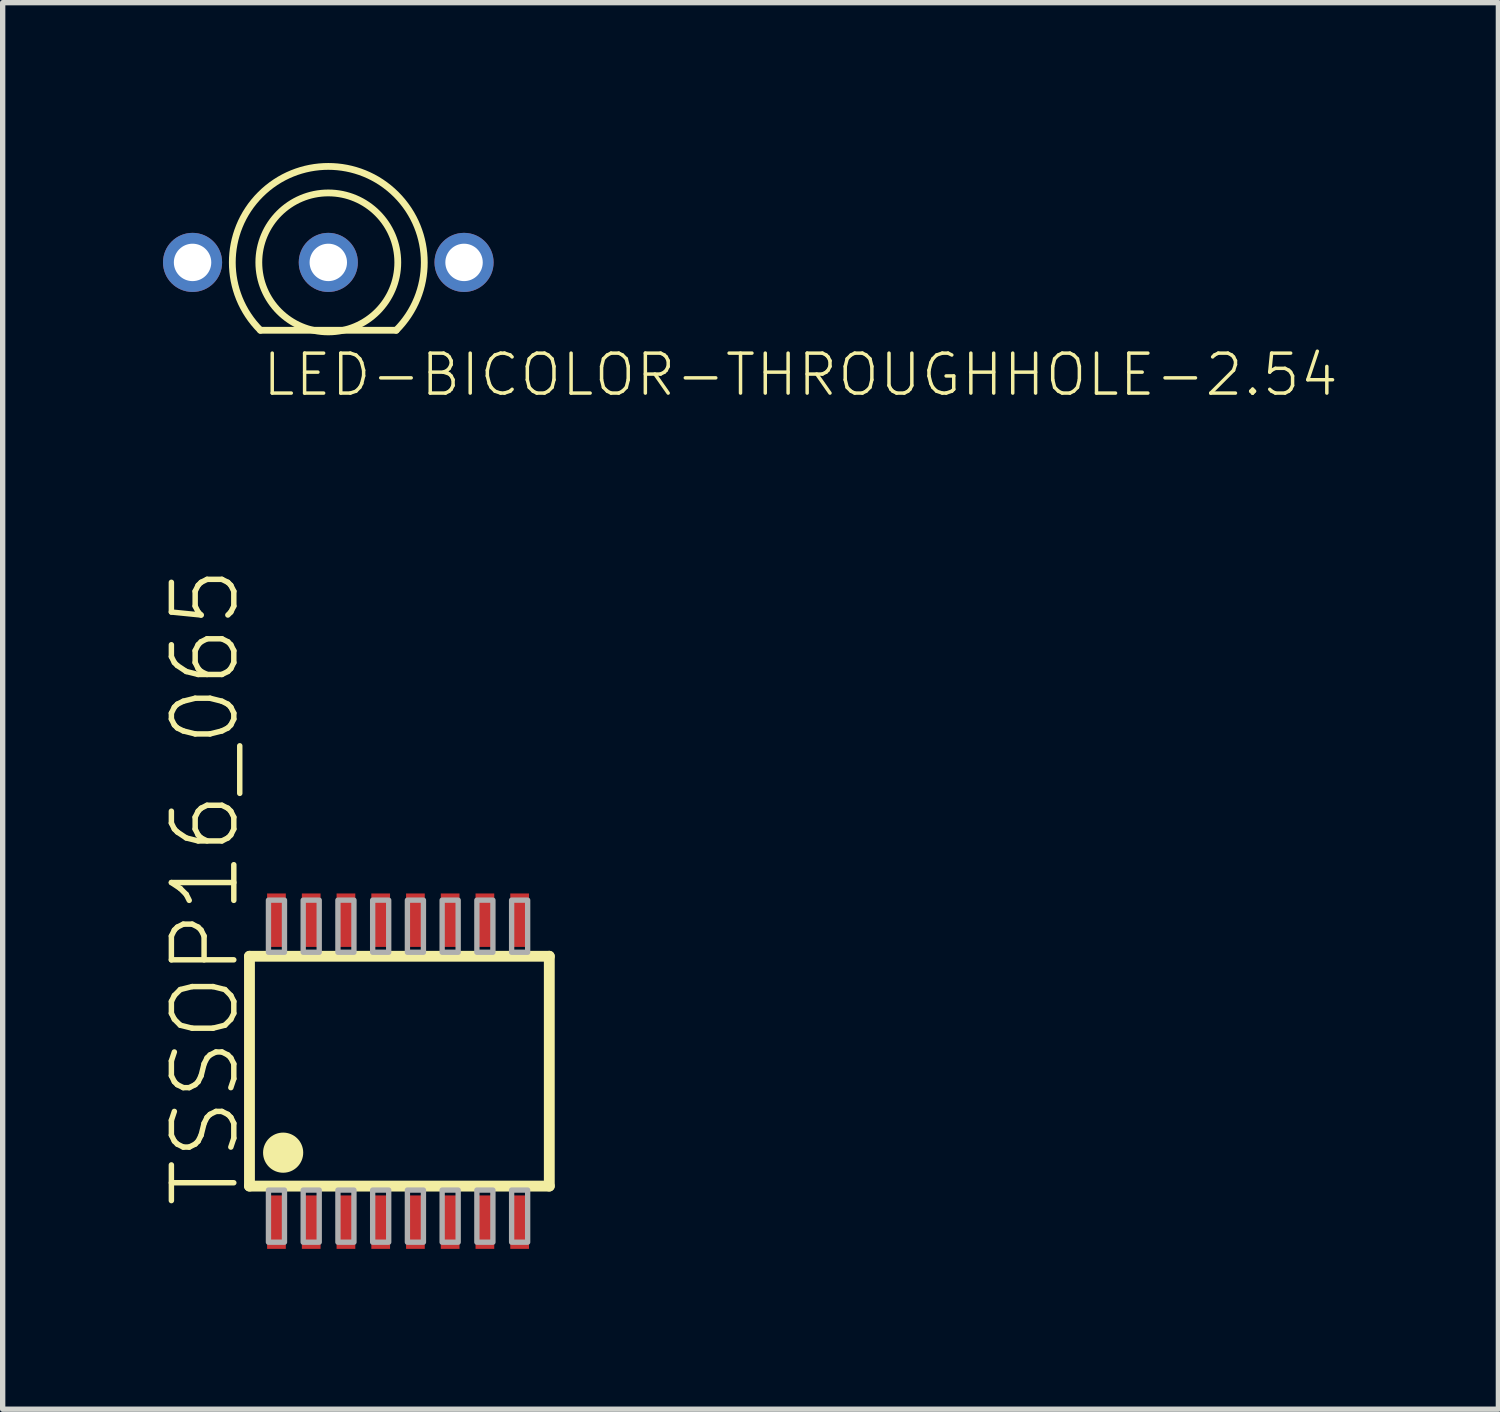
<source format=kicad_pcb>
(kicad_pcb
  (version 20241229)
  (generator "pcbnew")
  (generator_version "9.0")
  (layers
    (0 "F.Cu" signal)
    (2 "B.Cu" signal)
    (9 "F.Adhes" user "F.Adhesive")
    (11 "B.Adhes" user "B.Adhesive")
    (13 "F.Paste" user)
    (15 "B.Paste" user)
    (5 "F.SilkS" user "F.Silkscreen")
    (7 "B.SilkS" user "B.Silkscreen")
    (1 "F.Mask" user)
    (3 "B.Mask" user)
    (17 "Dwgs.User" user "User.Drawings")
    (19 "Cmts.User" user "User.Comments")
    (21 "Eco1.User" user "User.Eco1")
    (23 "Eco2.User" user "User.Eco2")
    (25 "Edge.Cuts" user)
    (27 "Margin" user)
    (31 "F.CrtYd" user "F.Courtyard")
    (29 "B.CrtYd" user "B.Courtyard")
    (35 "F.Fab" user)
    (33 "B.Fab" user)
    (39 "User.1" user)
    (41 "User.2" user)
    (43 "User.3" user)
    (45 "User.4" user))
  (footprint "LED-BICOLOR-THROUGHHOLE-2.54"
    (layer "F.Cu")
    (at 3.093 1.86)
    (property "Reference" "LED-BICOLOR-THROUGHHOLE-2.54" (at -1.27 2.54 0) (layer "F.SilkS") (effects (font (size 0.748 0.748) (thickness 0.065)) (justify left bottom)))
    (fp_line (start -1.27 1.27) (end 1.27 1.27) (stroke (width 0.127) (type solid)) (layer "F.SilkS"))
    (fp_arc (start -1.27 1.27) (mid 0 -1.796051) (end 1.27 1.27) (stroke (width 0.127) (type solid)) (layer "F.SilkS"))
    (fp_circle (center 0 0) (end 1.3 0) (stroke (width 0.127) (type solid)) (fill no) (layer "F.SilkS"))
    (pad "1" thru_hole circle (at -2.54 0) (size 1.106 1.106) (drill 0.7) (layers "*.Cu" "*.Mask"))
    (pad "2" thru_hole circle (at 0 0) (size 1.106 1.106) (drill 0.7) (layers "*.Cu" "*.Mask"))
    (pad "3" thru_hole circle (at 2.54 0) (size 1.106 1.106) (drill 0.7) (layers "*.Cu" "*.Mask")))
  (footprint "TSSOP16_065"
    (layer "F.Cu")
    (at 4.073 16.993)
    (property "Reference" "TSSOP16_065" (at -2.6 2.6 90) (layer "F.SilkS") (effects (font (size 1.168 1.168) (thickness 0.102)) (justify left bottom)))
    (fp_line (start -2.455 -2.15) (end 3.155 -2.15) (stroke (width 0.203) (type solid)) (layer "F.SilkS"))
    (fp_line (start -2.455 2.15) (end -2.455 -2.15) (stroke (width 0.203) (type solid)) (layer "F.SilkS"))
    (fp_line (start 3.155 -2.15) (end 3.155 2.15) (stroke (width 0.203) (type solid)) (layer "F.SilkS"))
    (fp_line (start 3.155 2.15) (end -2.455 2.15) (stroke (width 0.203) (type solid)) (layer "F.SilkS"))
    (fp_circle (center -1.825 1.525) (end -1.637 1.525) (stroke (width 0.375) (type solid)) (fill yes) (layer "F.SilkS"))
    (fp_poly (pts (xy -2.1 3.2) (xy -1.8 3.2) (xy -1.8 2.225) (xy -2.1 2.225)) (stroke (width 0.1) (type solid)) (fill no) (layer "F.Fab"))
    (fp_poly (pts (xy -1.8 -3.2) (xy -2.1 -3.2) (xy -2.1 -2.225) (xy -1.8 -2.225)) (stroke (width 0.1) (type solid)) (fill no) (layer "F.Fab"))
    (fp_poly (pts (xy -1.45 3.2) (xy -1.15 3.2) (xy -1.15 2.225) (xy -1.45 2.225)) (stroke (width 0.1) (type solid)) (fill no) (layer "F.Fab"))
    (fp_poly (pts (xy -1.15 -3.2) (xy -1.45 -3.2) (xy -1.45 -2.225) (xy -1.15 -2.225)) (stroke (width 0.1) (type solid)) (fill no) (layer "F.Fab"))
    (fp_poly (pts (xy -0.8 3.2) (xy -0.5 3.2) (xy -0.5 2.225) (xy -0.8 2.225)) (stroke (width 0.1) (type solid)) (fill no) (layer "F.Fab"))
    (fp_poly (pts (xy -0.5 -3.2) (xy -0.8 -3.2) (xy -0.8 -2.225) (xy -0.5 -2.225)) (stroke (width 0.1) (type solid)) (fill no) (layer "F.Fab"))
    (fp_poly (pts (xy -0.15 3.2) (xy 0.15 3.2) (xy 0.15 2.225) (xy -0.15 2.225)) (stroke (width 0.1) (type solid)) (fill no) (layer "F.Fab"))
    (fp_poly (pts (xy 0.15 -3.2) (xy -0.15 -3.2) (xy -0.15 -2.225) (xy 0.15 -2.225)) (stroke (width 0.1) (type solid)) (fill no) (layer "F.Fab"))
    (fp_poly (pts (xy 0.5 3.2) (xy 0.8 3.2) (xy 0.8 2.225) (xy 0.5 2.225)) (stroke (width 0.1) (type solid)) (fill no) (layer "F.Fab"))
    (fp_poly (pts (xy 0.8 -3.2) (xy 0.5 -3.2) (xy 0.5 -2.225) (xy 0.8 -2.225)) (stroke (width 0.1) (type solid)) (fill no) (layer "F.Fab"))
    (fp_poly (pts (xy 1.15 3.2) (xy 1.45 3.2) (xy 1.45 2.225) (xy 1.15 2.225)) (stroke (width 0.1) (type solid)) (fill no) (layer "F.Fab"))
    (fp_poly (pts (xy 1.45 -3.2) (xy 1.15 -3.2) (xy 1.15 -2.225) (xy 1.45 -2.225)) (stroke (width 0.1) (type solid)) (fill no) (layer "F.Fab"))
    (fp_poly (pts (xy 1.8 3.2) (xy 2.1 3.2) (xy 2.1 2.225) (xy 1.8 2.225)) (stroke (width 0.1) (type solid)) (fill no) (layer "F.Fab"))
    (fp_poly (pts (xy 2.1 -3.2) (xy 1.8 -3.2) (xy 1.8 -2.225) (xy 2.1 -2.225)) (stroke (width 0.1) (type solid)) (fill no) (layer "F.Fab"))
    (fp_poly (pts (xy 2.45 3.2) (xy 2.75 3.2) (xy 2.75 2.225) (xy 2.45 2.225)) (stroke (width 0.1) (type solid)) (fill no) (layer "F.Fab"))
    (fp_poly (pts (xy 2.75 -3.2) (xy 2.45 -3.2) (xy 2.45 -2.225) (xy 2.75 -2.225)) (stroke (width 0.1) (type solid)) (fill no) (layer "F.Fab"))
    (pad "1" smd rect (at -1.95 2.825) (size 0.35 1) (layers "F.Cu" "F.Mask" "F.Paste"))
    (pad "2" smd rect (at -1.3 2.825) (size 0.35 1) (layers "F.Cu" "F.Mask" "F.Paste"))
    (pad "3" smd rect (at -0.65 2.825) (size 0.35 1) (layers "F.Cu" "F.Mask" "F.Paste"))
    (pad "4" smd rect (at 0 2.825) (size 0.35 1) (layers "F.Cu" "F.Mask" "F.Paste"))
    (pad "5" smd rect (at 0.65 2.825) (size 0.35 1) (layers "F.Cu" "F.Mask" "F.Paste"))
    (pad "6" smd rect (at 1.3 2.825) (size 0.35 1) (layers "F.Cu" "F.Mask" "F.Paste"))
    (pad "7" smd rect (at 1.95 2.825) (size 0.35 1) (layers "F.Cu" "F.Mask" "F.Paste"))
    (pad "8" smd rect (at 2.6 2.825) (size 0.35 1) (layers "F.Cu" "F.Mask" "F.Paste"))
    (pad "9" smd rect (at 2.6 -2.825 180) (size 0.35 1) (layers "F.Cu" "F.Mask" "F.Paste"))
    (pad "10" smd rect (at 1.95 -2.825 180) (size 0.35 1) (layers "F.Cu" "F.Mask" "F.Paste"))
    (pad "11" smd rect (at 1.3 -2.825 180) (size 0.35 1) (layers "F.Cu" "F.Mask" "F.Paste"))
    (pad "12" smd rect (at 0.65 -2.825 180) (size 0.35 1) (layers "F.Cu" "F.Mask" "F.Paste"))
    (pad "13" smd rect (at 0 -2.825 180) (size 0.35 1) (layers "F.Cu" "F.Mask" "F.Paste"))
    (pad "14" smd rect (at -0.65 -2.825 180) (size 0.35 1) (layers "F.Cu" "F.Mask" "F.Paste"))
    (pad "15" smd rect (at -1.3 -2.825 180) (size 0.35 1) (layers "F.Cu" "F.Mask" "F.Paste"))
    (pad "16" smd rect (at -1.95 -2.825 180) (size 0.35 1) (layers "F.Cu" "F.Mask" "F.Paste")))
  (gr_rect
    (start -3 -3)
    (end 24.987 23.318)
    (stroke (width 0.1) (type default))
    (fill no)
    (layer "Edge.Cuts")))
</source>
